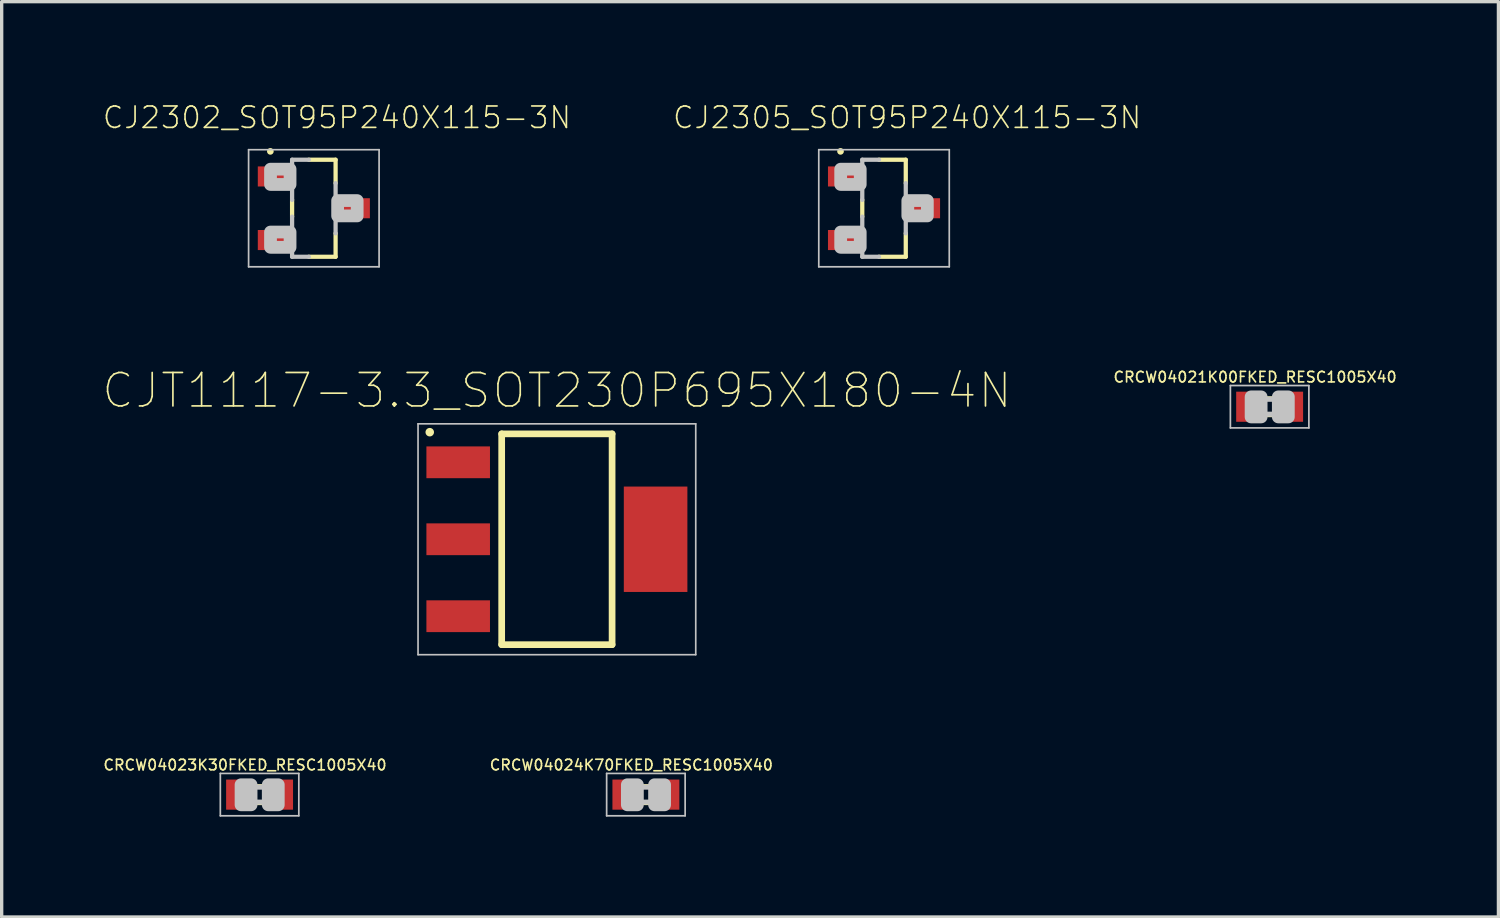
<source format=kicad_pcb>
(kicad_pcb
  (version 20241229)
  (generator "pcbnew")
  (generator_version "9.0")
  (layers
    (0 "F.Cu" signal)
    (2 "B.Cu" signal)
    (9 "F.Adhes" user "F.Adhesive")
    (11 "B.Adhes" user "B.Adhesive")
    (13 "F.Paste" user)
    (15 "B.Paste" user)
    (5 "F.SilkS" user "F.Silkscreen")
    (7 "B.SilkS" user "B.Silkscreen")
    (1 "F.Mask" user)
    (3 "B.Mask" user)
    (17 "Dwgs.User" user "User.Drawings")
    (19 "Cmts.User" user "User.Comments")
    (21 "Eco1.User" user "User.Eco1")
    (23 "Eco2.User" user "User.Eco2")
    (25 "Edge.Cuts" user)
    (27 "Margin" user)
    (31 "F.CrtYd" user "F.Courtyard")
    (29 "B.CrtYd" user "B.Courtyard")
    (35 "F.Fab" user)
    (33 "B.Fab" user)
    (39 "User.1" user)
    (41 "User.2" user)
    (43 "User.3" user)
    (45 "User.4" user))
  (footprint "CRCW04024K70FKED_RESC1005X40"
    (layer "F.Cu")
    (at 16.254 20.699)
    (property "Reference" "CRCW04024K70FKED_RESC1005X40" (at -0.435 -0.885 0) (layer "F.SilkS") (effects (font (size 0.315 0.315) (thickness 0.05))))
    (attr smd)
    (fp_line (start -0.15 -0.25) (end 0.15 -0.25) (stroke (width 0.127) (type solid)) (layer "F.SilkS"))
    (fp_line (start -0.15 0.25) (end 0.15 0.25) (stroke (width 0.127) (type solid)) (layer "F.SilkS"))
    (fp_line (start -1.173 -0.633) (end 1.173 -0.633) (stroke (width 0.051) (type solid)) (layer "Dwgs.User"))
    (fp_line (start -1.173 0.633) (end -1.173 -0.633) (stroke (width 0.051) (type solid)) (layer "Dwgs.User"))
    (fp_line (start -0.245 -0.224) (end 0.245 -0.224) (stroke (width 0.152) (type solid)) (layer "Dwgs.User"))
    (fp_line (start 0.245 0.224) (end -0.245 0.224) (stroke (width 0.152) (type solid)) (layer "Dwgs.User"))
    (fp_line (start 1.173 -0.633) (end 1.173 0.633) (stroke (width 0.051) (type solid)) (layer "Dwgs.User"))
    (fp_line (start 1.173 0.633) (end -1.173 0.633) (stroke (width 0.051) (type solid)) (layer "Dwgs.User"))
    (fp_poly (pts (xy -0.554 -0.295) (xy -0.254 -0.295) (xy -0.254 0.305) (xy -0.554 0.305)) (stroke (width 0.381) (type solid)) (fill no) (layer "Dwgs.User"))
    (fp_poly (pts (xy 0.259 -0.295) (xy 0.559 -0.295) (xy 0.559 0.305) (xy 0.259 0.305)) (stroke (width 0.381) (type solid)) (fill no) (layer "Dwgs.User"))
    (pad "1" smd rect (at -0.65 0) (size 0.7 0.9) (layers "F.Cu" "F.Mask" "F.Paste"))
    (pad "2" smd rect (at 0.65 0) (size 0.7 0.9) (layers "F.Cu" "F.Mask" "F.Paste")))
  (footprint "CJ2305_SOT95P240X115-3N"
    (layer "F.Cu")
    (at 23.371 3.174)
    (property "Reference" "CJ2305_SOT95P240X115-3N" (at 0.691 -2.711 0) (layer "F.SilkS") (effects (font (size 0.64 0.64) (thickness 0.05))))
    (attr smd)
    (fp_line (start -0.65 -0.25) (end -0.65 0.25) (stroke (width 0.127) (type solid)) (layer "F.SilkS"))
    (fp_line (start 0.65 -1.45) (end -0.15 -1.45) (stroke (width 0.127) (type solid)) (layer "F.SilkS"))
    (fp_line (start 0.65 -1.45) (end 0.65 -0.75) (stroke (width 0.127) (type solid)) (layer "F.SilkS"))
    (fp_line (start 0.65 1.45) (end -0.15 1.45) (stroke (width 0.127) (type solid)) (layer "F.SilkS"))
    (fp_line (start 0.65 1.45) (end 0.65 0.75) (stroke (width 0.127) (type solid)) (layer "F.SilkS"))
    (fp_circle (center -1.3 -1.7) (end -1.2 -1.7) (stroke (width 0) (type solid)) (fill yes) (layer "F.SilkS"))
    (fp_line (start -1.95 -1.75) (end 1.95 -1.75) (stroke (width 0.051) (type solid)) (layer "Dwgs.User"))
    (fp_line (start -1.95 1.75) (end -1.95 -1.75) (stroke (width 0.051) (type solid)) (layer "Dwgs.User"))
    (fp_line (start -0.65 -1.45) (end -0.65 -0.25) (stroke (width 0.127) (type solid)) (layer "Dwgs.User"))
    (fp_line (start -0.65 0.25) (end -0.65 1.45) (stroke (width 0.127) (type solid)) (layer "Dwgs.User"))
    (fp_line (start -0.65 1.45) (end -0.15 1.45) (stroke (width 0.127) (type solid)) (layer "Dwgs.User"))
    (fp_line (start -0.15 -1.45) (end -0.65 -1.45) (stroke (width 0.127) (type solid)) (layer "Dwgs.User"))
    (fp_line (start 0.65 -0.75) (end 0.65 0.75) (stroke (width 0.127) (type solid)) (layer "Dwgs.User"))
    (fp_line (start 1.95 -1.75) (end 1.95 1.75) (stroke (width 0.051) (type solid)) (layer "Dwgs.User"))
    (fp_line (start 1.95 1.75) (end -1.95 1.75) (stroke (width 0.051) (type solid)) (layer "Dwgs.User"))
    (fp_poly (pts (xy -0.711 -1.168) (xy -0.711 -0.711) (xy -1.295 -0.711) (xy -1.295 -1.168)) (stroke (width 0.381) (type solid)) (fill no) (layer "Dwgs.User"))
    (fp_poly (pts (xy -0.711 0.711) (xy -0.711 1.168) (xy -1.295 1.168) (xy -1.295 0.711)) (stroke (width 0.381) (type solid)) (fill no) (layer "Dwgs.User"))
    (fp_poly (pts (xy 1.295 -0.229) (xy 1.295 0.229) (xy 0.711 0.229) (xy 0.711 -0.229)) (stroke (width 0.381) (type solid)) (fill no) (layer "Dwgs.User"))
    (pad "1" smd rect (at -1.15 -0.95) (size 1.05 0.6) (layers "F.Cu" "F.Mask" "F.Paste"))
    (pad "2" smd rect (at -1.15 0.95) (size 1.05 0.6) (layers "F.Cu" "F.Mask" "F.Paste"))
    (pad "3" smd rect (at 1.15 0) (size 1.05 0.6) (layers "F.Cu" "F.Mask" "F.Paste")))
  (footprint "CJT1117-3.3_SOT230P695X180-4N"
    (layer "F.Cu")
    (at 13.594 13.067)
    (property "Reference" "CJT1117-3.3_SOT230P695X180-4N" (at 0 -4.445 0) (layer "F.SilkS") (effects (font (size 1 1) (thickness 0.05))))
    (attr smd)
    (fp_line (start -1.65 -3.15) (end 1.65 -3.15) (stroke (width 0.2) (type solid)) (layer "F.SilkS"))
    (fp_line (start -1.65 3.15) (end -1.65 -3.15) (stroke (width 0.2) (type solid)) (layer "F.SilkS"))
    (fp_line (start 1.65 -3.15) (end 1.65 3.15) (stroke (width 0.2) (type solid)) (layer "F.SilkS"))
    (fp_line (start 1.65 3.15) (end -1.65 3.15) (stroke (width 0.2) (type solid)) (layer "F.SilkS"))
    (fp_circle (center -3.8 -3.2) (end -3.673 -3.2) (stroke (width 0) (type solid)) (fill yes) (layer "F.SilkS"))
    (fp_line (start -4.15 -3.45) (end 4.15 -3.45) (stroke (width 0.05) (type solid)) (layer "Dwgs.User"))
    (fp_line (start -4.15 3.45) (end -4.15 -3.45) (stroke (width 0.05) (type solid)) (layer "Dwgs.User"))
    (fp_line (start 4.15 -3.45) (end 4.15 3.45) (stroke (width 0.05) (type solid)) (layer "Dwgs.User"))
    (fp_line (start 4.15 3.45) (end -4.15 3.45) (stroke (width 0.05) (type solid)) (layer "Dwgs.User"))
    (pad "1" smd rect (at -2.95 -2.3) (size 1.9 0.95) (layers "F.Cu" "F.Mask" "F.Paste"))
    (pad "2" smd rect (at -2.95 0) (size 1.9 0.95) (layers "F.Cu" "F.Mask" "F.Paste"))
    (pad "3" smd rect (at -2.95 2.3) (size 1.9 0.95) (layers "F.Cu" "F.Mask" "F.Paste"))
    (pad "4" smd rect (at 2.95 0) (size 1.9 3.15) (layers "F.Cu" "F.Mask" "F.Paste")))
  (footprint "CJ2302_SOT95P240X115-3N"
    (layer "F.Cu")
    (at 6.33 3.174)
    (property "Reference" "CJ2302_SOT95P240X115-3N" (at 0.691 -2.711 0) (layer "F.SilkS") (effects (font (size 0.64 0.64) (thickness 0.05))))
    (attr smd)
    (fp_line (start -0.65 -0.25) (end -0.65 0.25) (stroke (width 0.127) (type solid)) (layer "F.SilkS"))
    (fp_line (start 0.65 -1.45) (end -0.15 -1.45) (stroke (width 0.127) (type solid)) (layer "F.SilkS"))
    (fp_line (start 0.65 -1.45) (end 0.65 -0.75) (stroke (width 0.127) (type solid)) (layer "F.SilkS"))
    (fp_line (start 0.65 1.45) (end -0.15 1.45) (stroke (width 0.127) (type solid)) (layer "F.SilkS"))
    (fp_line (start 0.65 1.45) (end 0.65 0.75) (stroke (width 0.127) (type solid)) (layer "F.SilkS"))
    (fp_circle (center -1.3 -1.7) (end -1.2 -1.7) (stroke (width 0) (type solid)) (fill yes) (layer "F.SilkS"))
    (fp_line (start -1.95 -1.75) (end 1.95 -1.75) (stroke (width 0.051) (type solid)) (layer "Dwgs.User"))
    (fp_line (start -1.95 1.75) (end -1.95 -1.75) (stroke (width 0.051) (type solid)) (layer "Dwgs.User"))
    (fp_line (start -0.65 -1.45) (end -0.65 -0.25) (stroke (width 0.127) (type solid)) (layer "Dwgs.User"))
    (fp_line (start -0.65 0.25) (end -0.65 1.45) (stroke (width 0.127) (type solid)) (layer "Dwgs.User"))
    (fp_line (start -0.65 1.45) (end -0.15 1.45) (stroke (width 0.127) (type solid)) (layer "Dwgs.User"))
    (fp_line (start -0.15 -1.45) (end -0.65 -1.45) (stroke (width 0.127) (type solid)) (layer "Dwgs.User"))
    (fp_line (start 0.65 -0.75) (end 0.65 0.75) (stroke (width 0.127) (type solid)) (layer "Dwgs.User"))
    (fp_line (start 1.95 -1.75) (end 1.95 1.75) (stroke (width 0.051) (type solid)) (layer "Dwgs.User"))
    (fp_line (start 1.95 1.75) (end -1.95 1.75) (stroke (width 0.051) (type solid)) (layer "Dwgs.User"))
    (fp_poly (pts (xy -0.711 -1.168) (xy -0.711 -0.711) (xy -1.295 -0.711) (xy -1.295 -1.168)) (stroke (width 0.381) (type solid)) (fill no) (layer "Dwgs.User"))
    (fp_poly (pts (xy -0.711 0.711) (xy -0.711 1.168) (xy -1.295 1.168) (xy -1.295 0.711)) (stroke (width 0.381) (type solid)) (fill no) (layer "Dwgs.User"))
    (fp_poly (pts (xy 1.295 -0.229) (xy 1.295 0.229) (xy 0.711 0.229) (xy 0.711 -0.229)) (stroke (width 0.381) (type solid)) (fill no) (layer "Dwgs.User"))
    (pad "1" smd rect (at -1.15 -0.95) (size 1.05 0.6) (layers "F.Cu" "F.Mask" "F.Paste"))
    (pad "2" smd rect (at -1.15 0.95) (size 1.05 0.6) (layers "F.Cu" "F.Mask" "F.Paste"))
    (pad "3" smd rect (at 1.15 0) (size 1.05 0.6) (layers "F.Cu" "F.Mask" "F.Paste")))
  (footprint "CRCW04023K30FKED_RESC1005X40"
    (layer "F.Cu")
    (at 4.708 20.699)
    (property "Reference" "CRCW04023K30FKED_RESC1005X40" (at -0.435 -0.885 0) (layer "F.SilkS") (effects (font (size 0.315 0.315) (thickness 0.05))))
    (attr smd)
    (fp_line (start -0.15 -0.25) (end 0.15 -0.25) (stroke (width 0.127) (type solid)) (layer "F.SilkS"))
    (fp_line (start -0.15 0.25) (end 0.15 0.25) (stroke (width 0.127) (type solid)) (layer "F.SilkS"))
    (fp_line (start -1.173 -0.633) (end 1.173 -0.633) (stroke (width 0.051) (type solid)) (layer "Dwgs.User"))
    (fp_line (start -1.173 0.633) (end -1.173 -0.633) (stroke (width 0.051) (type solid)) (layer "Dwgs.User"))
    (fp_line (start -0.245 -0.224) (end 0.245 -0.224) (stroke (width 0.152) (type solid)) (layer "Dwgs.User"))
    (fp_line (start 0.245 0.224) (end -0.245 0.224) (stroke (width 0.152) (type solid)) (layer "Dwgs.User"))
    (fp_line (start 1.173 -0.633) (end 1.173 0.633) (stroke (width 0.051) (type solid)) (layer "Dwgs.User"))
    (fp_line (start 1.173 0.633) (end -1.173 0.633) (stroke (width 0.051) (type solid)) (layer "Dwgs.User"))
    (fp_poly (pts (xy -0.554 -0.295) (xy -0.254 -0.295) (xy -0.254 0.305) (xy -0.554 0.305)) (stroke (width 0.381) (type solid)) (fill no) (layer "Dwgs.User"))
    (fp_poly (pts (xy 0.259 -0.295) (xy 0.559 -0.295) (xy 0.559 0.305) (xy 0.259 0.305)) (stroke (width 0.381) (type solid)) (fill no) (layer "Dwgs.User"))
    (pad "1" smd rect (at -0.65 0) (size 0.7 0.9) (layers "F.Cu" "F.Mask" "F.Paste"))
    (pad "2" smd rect (at 0.65 0) (size 0.7 0.9) (layers "F.Cu" "F.Mask" "F.Paste")))
  (footprint "CRCW04021K00FKED_RESC1005X40"
    (layer "F.Cu")
    (at 34.896 9.106)
    (property "Reference" "CRCW04021K00FKED_RESC1005X40" (at -0.435 -0.885 0) (layer "F.SilkS") (effects (font (size 0.315 0.315) (thickness 0.05))))
    (attr smd)
    (fp_line (start -0.15 -0.25) (end 0.15 -0.25) (stroke (width 0.127) (type solid)) (layer "F.SilkS"))
    (fp_line (start -0.15 0.25) (end 0.15 0.25) (stroke (width 0.127) (type solid)) (layer "F.SilkS"))
    (fp_line (start -1.173 -0.633) (end 1.173 -0.633) (stroke (width 0.051) (type solid)) (layer "Dwgs.User"))
    (fp_line (start -1.173 0.633) (end -1.173 -0.633) (stroke (width 0.051) (type solid)) (layer "Dwgs.User"))
    (fp_line (start -0.245 -0.224) (end 0.245 -0.224) (stroke (width 0.152) (type solid)) (layer "Dwgs.User"))
    (fp_line (start 0.245 0.224) (end -0.245 0.224) (stroke (width 0.152) (type solid)) (layer "Dwgs.User"))
    (fp_line (start 1.173 -0.633) (end 1.173 0.633) (stroke (width 0.051) (type solid)) (layer "Dwgs.User"))
    (fp_line (start 1.173 0.633) (end -1.173 0.633) (stroke (width 0.051) (type solid)) (layer "Dwgs.User"))
    (fp_poly (pts (xy -0.554 -0.295) (xy -0.254 -0.295) (xy -0.254 0.305) (xy -0.554 0.305)) (stroke (width 0.381) (type solid)) (fill no) (layer "Dwgs.User"))
    (fp_poly (pts (xy 0.259 -0.295) (xy 0.559 -0.295) (xy 0.559 0.305) (xy 0.259 0.305)) (stroke (width 0.381) (type solid)) (fill no) (layer "Dwgs.User"))
    (pad "1" smd rect (at -0.65 0) (size 0.7 0.9) (layers "F.Cu" "F.Mask" "F.Paste"))
    (pad "2" smd rect (at 0.65 0) (size 0.7 0.9) (layers "F.Cu" "F.Mask" "F.Paste")))
  (gr_rect
    (start -3 -3)
    (end 41.734 24.357)
    (stroke (width 0.1) (type default))
    (fill no)
    (layer "Edge.Cuts")))
</source>
